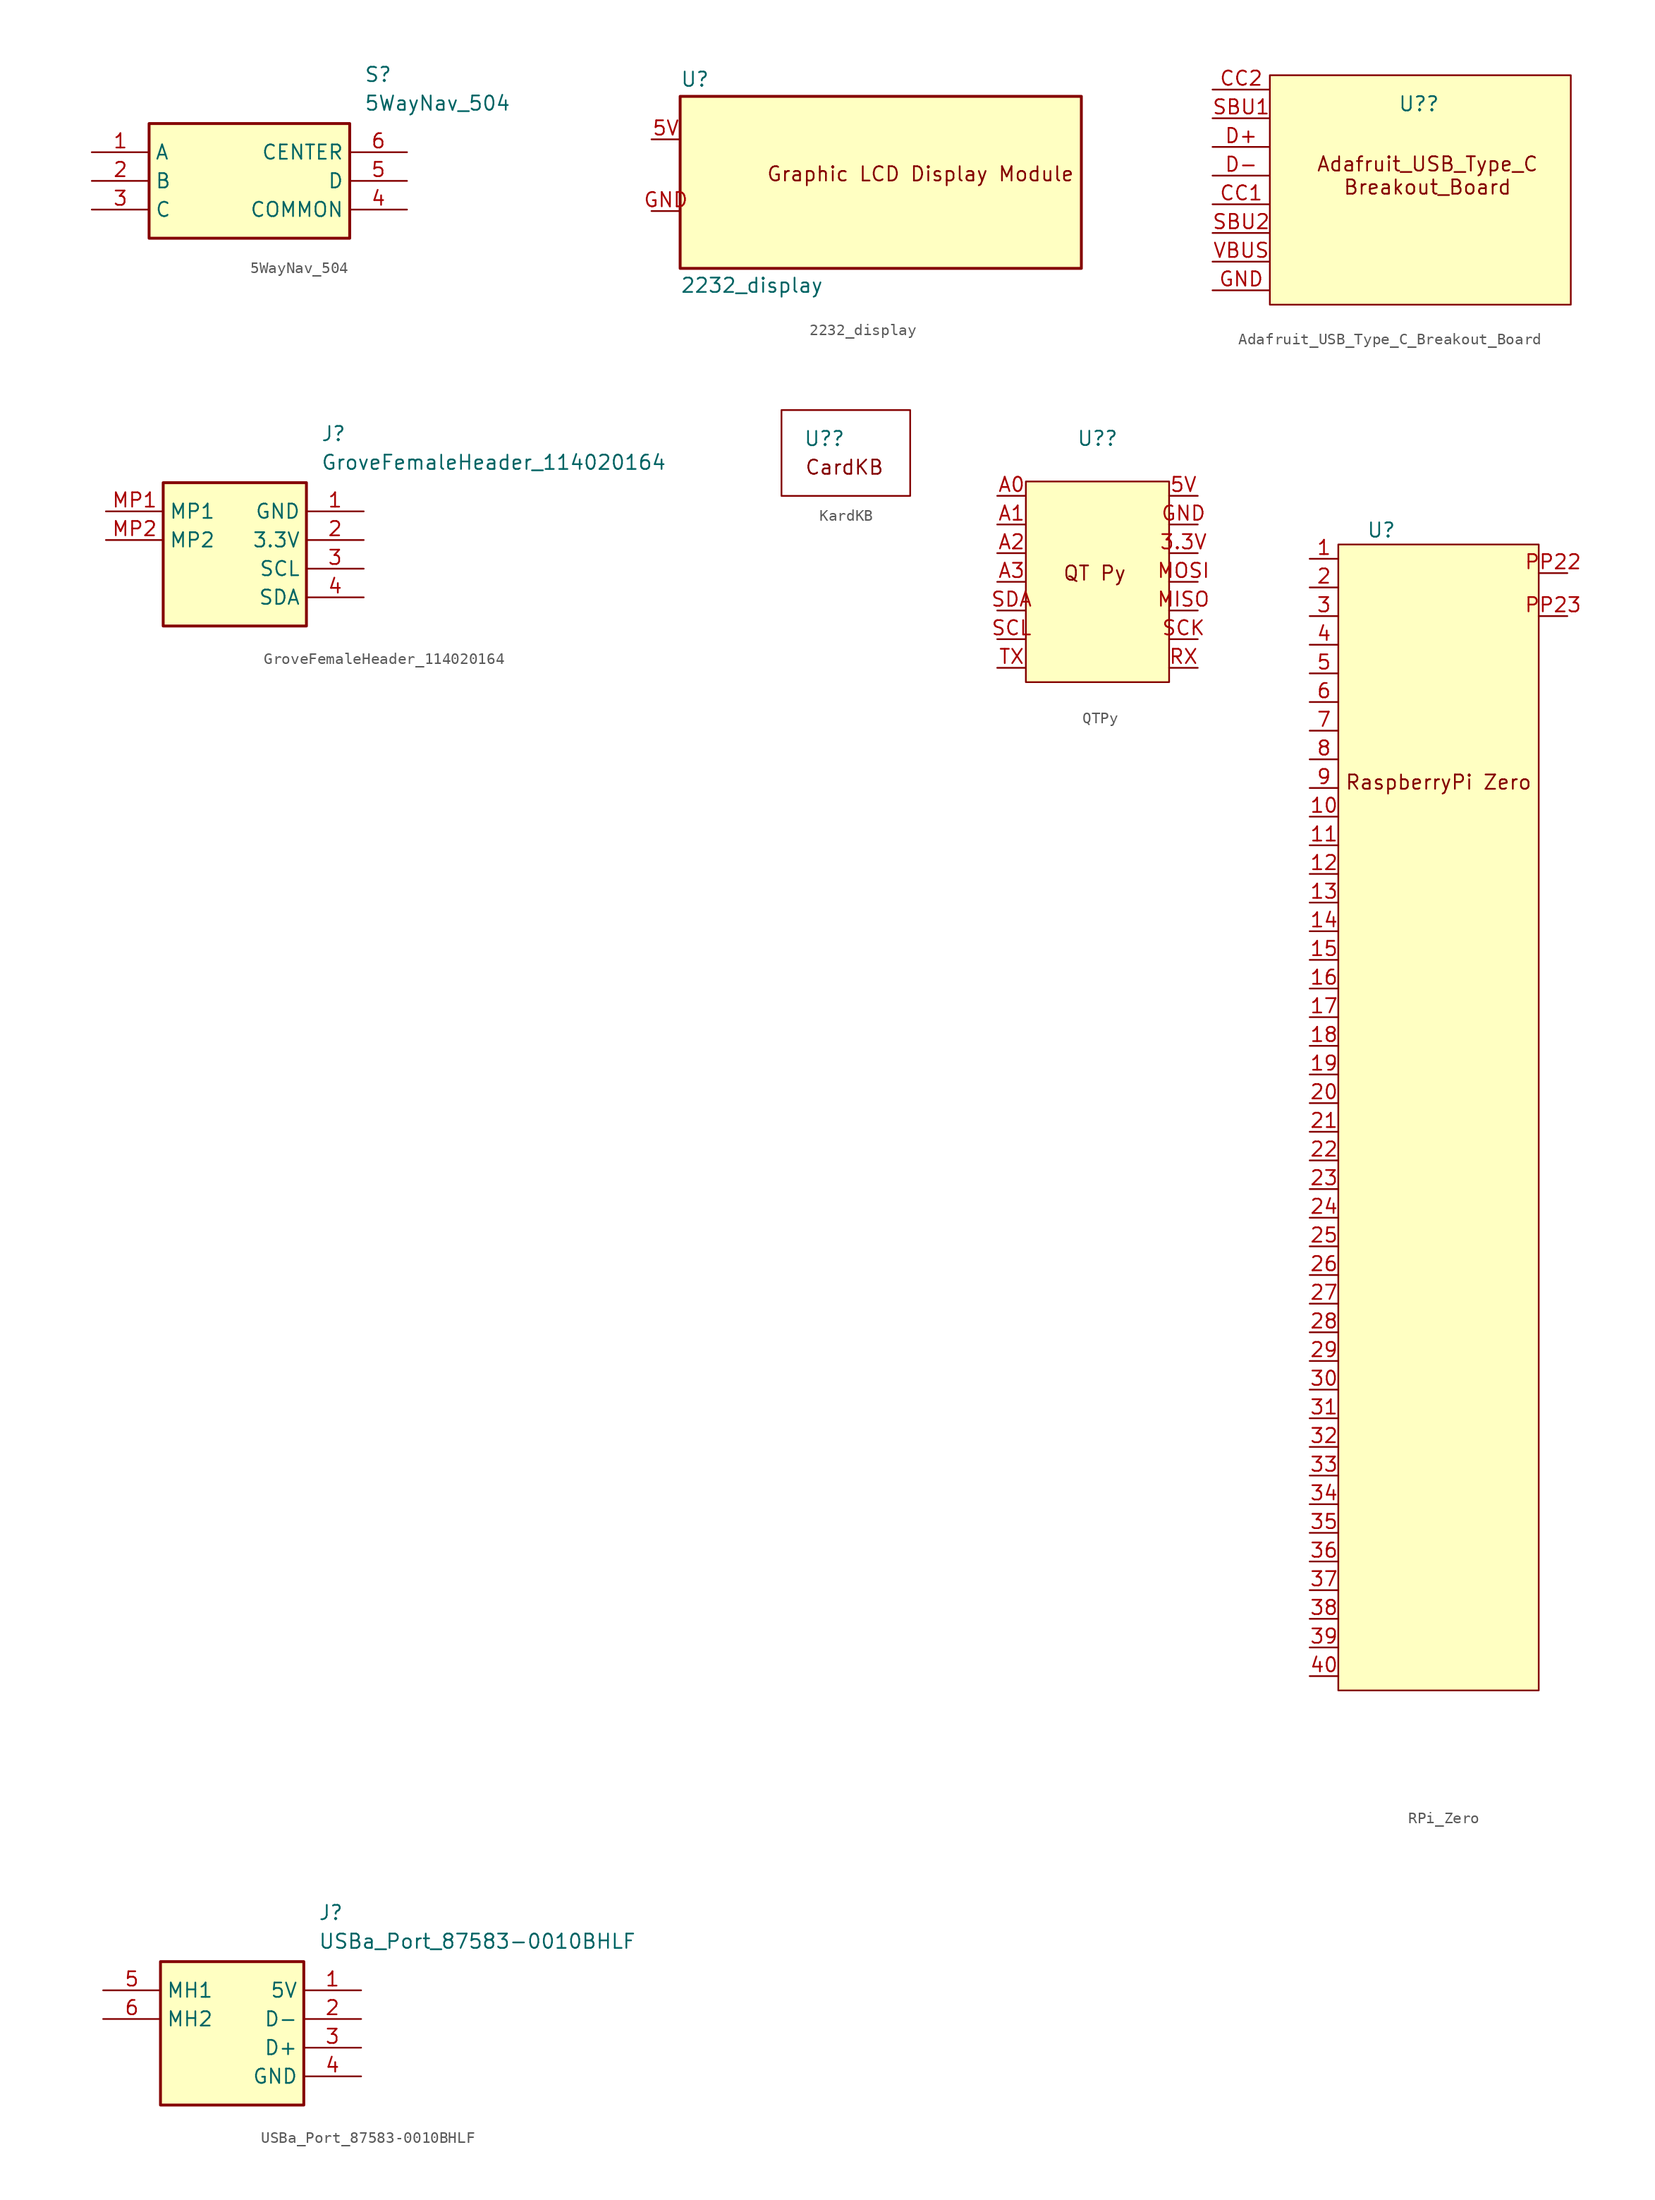
<source format=kicad_sym>
(kicad_symbol_lib
  (version 20231120)
  (generator "kicad_symbol_editor")
  (generator_version "8.0")
  (symbol "5WayNav_504"
    (property "Reference" "S"
      (at 24.13 7.62 0)
      (effects (font (size 1.27 1.27)) (justify left top)))
    (property "Value" "5WayNav_504"
      (at 24.13 5.08 0)
      (effects (font (size 1.27 1.27)) (justify left top)))
    (symbol "5WayNav_504_1_1"
      (rectangle (start 5.08 2.54) (end 22.86 -7.62) (stroke (width 0.254) (type default)) (fill (type background)))
      (pin passive line (at 0 0 0) (length 5.08) (name "A" (effects (font (size 1.27 1.27)))) (number "1" (effects (font (size 1.27 1.27)))))
      (pin passive line (at 0 -2.54 0) (length 5.08) (name "B" (effects (font (size 1.27 1.27)))) (number "2" (effects (font (size 1.27 1.27)))))
      (pin passive line (at 0 -5.08 0) (length 5.08) (name "C" (effects (font (size 1.27 1.27)))) (number "3" (effects (font (size 1.27 1.27)))))
      (pin passive line (at 27.94 -5.08 180) (length 5.08) (name "COMMON" (effects (font (size 1.27 1.27)))) (number "4" (effects (font (size 1.27 1.27)))))
      (pin passive line (at 27.94 -2.54 180) (length 5.08) (name "D" (effects (font (size 1.27 1.27)))) (number "5" (effects (font (size 1.27 1.27)))))
      (pin passive line (at 27.94 0 180) (length 5.08) (name "CENTER" (effects (font (size 1.27 1.27)))) (number "6" (effects (font (size 1.27 1.27)))))))
  (symbol "2232_display"
    (pin_names
      (offset 1.016))
    (property "Reference" "U"
      (at -17.78 8.382 0)
      (effects (font (size 1.27 1.27)) (justify left bottom)))
    (property "Value" "2232_display"
      (at -17.78 -8.382 0)
      (effects (font (size 1.27 1.27)) (justify left top)))
    (symbol "2232_display_0_0"
      (rectangle (start -17.78 -7.62) (end 17.78 7.62) (stroke (width 0.254) (type default)) (fill (type background)))
      (text "Graphic LCD Display Module" (at -10.16 0 0) (effects (font (size 1.27 1.27)) (justify left bottom))))
    (symbol "2232_display_1_1"
      (pin bidirectional line (at -20.32 3.81 0) (length 2.54) (name "" (effects (font (size 1.27 1.27)))) (number "5V" (effects (font (size 1.27 1.27)))))
      (pin bidirectional line (at -20.32 -2.54 0) (length 2.54) (name "" (effects (font (size 1.27 1.27)))) (number "GND" (effects (font (size 1.27 1.27)))))))
  (symbol "Adafruit_USB_Type_C_Breakout_Board"
    (property "Reference" "U?"
      (at 9.398 2.54 0)
      (effects (font (size 1.27 1.27))))
    (property "Value" ""
      (at 0 0 0)
      (effects (font (size 1.27 1.27))))
    (symbol "Adafruit_USB_Type_C_Breakout_Board_1_1"
      (rectangle (start -3.81 5.08) (end 22.86 -15.24) (stroke (width 0) (type default)) (fill (type background)))
      (text "Adafruit_USB_Type_C\nBreakout_Board" (at 10.16 -3.81 0) (effects (font (size 1.27 1.27))))
      (pin bidirectional line (at -8.89 -6.35 0) (length 5.08) (name "" (effects (font (size 1.27 1.27)))) (number "CC1" (effects (font (size 1.27 1.27)))))
      (pin bidirectional line (at -8.89 3.81 0) (length 5.08) (name "" (effects (font (size 1.27 1.27)))) (number "CC2" (effects (font (size 1.27 1.27)))))
      (pin bidirectional line (at -8.89 -1.27 0) (length 5.08) (name "" (effects (font (size 1.27 1.27)))) (number "D+" (effects (font (size 1.27 1.27)))))
      (pin bidirectional line (at -8.89 -3.81 0) (length 5.08) (name "" (effects (font (size 1.27 1.27)))) (number "D-" (effects (font (size 1.27 1.27)))))
      (pin bidirectional line (at -8.89 -13.97 0) (length 5.08) (name "" (effects (font (size 1.27 1.27)))) (number "GND" (effects (font (size 1.27 1.27)))))
      (pin bidirectional line (at -8.89 1.27 0) (length 5.08) (name "" (effects (font (size 1.27 1.27)))) (number "SBU1" (effects (font (size 1.27 1.27)))))
      (pin bidirectional line (at -8.89 -8.89 0) (length 5.08) (name "" (effects (font (size 1.27 1.27)))) (number "SBU2" (effects (font (size 1.27 1.27)))))
      (pin bidirectional line (at -8.89 -11.43 0) (length 5.08) (name "" (effects (font (size 1.27 1.27)))) (number "VBUS" (effects (font (size 1.27 1.27)))))))
  (symbol "GroveFemaleHeader_114020164"
    (property "Reference" "J"
      (at 19.05 7.62 0)
      (effects (font (size 1.27 1.27)) (justify left top)))
    (property "Value" "GroveFemaleHeader_114020164"
      (at 19.05 5.08 0)
      (effects (font (size 1.27 1.27)) (justify left top)))
    (symbol "GroveFemaleHeader_114020164_1_1"
      (rectangle (start 5.08 2.54) (end 17.78 -10.16) (stroke (width 0.254) (type default)) (fill (type background)))
      (pin passive line (at 22.86 0 180) (length 5.08) (name "GND" (effects (font (size 1.27 1.27)))) (number "1" (effects (font (size 1.27 1.27)))))
      (pin passive line (at 22.86 -2.54 180) (length 5.08) (name "3.3V" (effects (font (size 1.27 1.27)))) (number "2" (effects (font (size 1.27 1.27)))))
      (pin passive line (at 22.86 -5.08 180) (length 5.08) (name "SCL" (effects (font (size 1.27 1.27)))) (number "3" (effects (font (size 1.27 1.27)))))
      (pin passive line (at 22.86 -7.62 180) (length 5.08) (name "SDA" (effects (font (size 1.27 1.27)))) (number "4" (effects (font (size 1.27 1.27)))))
      (pin passive line (at 0 0 0) (length 5.08) (name "MP1" (effects (font (size 1.27 1.27)))) (number "MP1" (effects (font (size 1.27 1.27)))))
      (pin passive line (at 0 -2.54 0) (length 5.08) (name "MP2" (effects (font (size 1.27 1.27)))) (number "MP2" (effects (font (size 1.27 1.27)))))))
  (symbol "KardKB"
    (property "Reference" "U?"
      (at 0 0 0)
      (effects (font (size 1.27 1.27))))
    (property "Value" ""
      (at 0 0 0)
      (effects (font (size 1.27 1.27))))
    (symbol "KardKB_0_1"
      (rectangle (start -3.81 2.54) (end 7.62 -5.08) (stroke (width 0) (type default)) (fill (type none))))
    (symbol "KardKB_1_1"
      (text "CardKB" (at 1.778 -2.54 0) (effects (font (size 1.27 1.27))))))
  (symbol "QTPy"
    (property "Reference" "U?"
      (at 0 0 0)
      (effects (font (size 1.27 1.27))))
    (property "Value" ""
      (at 0 0 0)
      (effects (font (size 1.27 1.27))))
    (symbol "QTPy_1_1"
      (rectangle (start -6.35 -3.81) (end 6.35 -21.59) (stroke (width 0) (type default)) (fill (type background)))
      (text "QT Py" (at -0.254 -11.938 0) (effects (font (size 1.27 1.27))))
      (pin bidirectional line (at 8.89 -10.16 180) (length 2.54) (name "" (effects (font (size 1.27 1.27)))) (number "3.3V" (effects (font (size 1.27 1.27)))))
      (pin bidirectional line (at 8.89 -5.08 180) (length 2.54) (name "" (effects (font (size 1.27 1.27)))) (number "5V" (effects (font (size 1.27 1.27)))))
      (pin bidirectional line (at -8.89 -5.08 0) (length 2.54) (name "" (effects (font (size 1.27 1.27)))) (number "A0" (effects (font (size 1.27 1.27)))))
      (pin bidirectional line (at -8.89 -7.62 0) (length 2.54) (name "" (effects (font (size 1.27 1.27)))) (number "A1" (effects (font (size 1.27 1.27)))))
      (pin bidirectional line (at -8.89 -10.16 0) (length 2.54) (name "" (effects (font (size 1.27 1.27)))) (number "A2" (effects (font (size 1.27 1.27)))))
      (pin bidirectional line (at -8.89 -12.7 0) (length 2.54) (name "" (effects (font (size 1.27 1.27)))) (number "A3" (effects (font (size 1.27 1.27)))))
      (pin bidirectional line (at 8.89 -7.62 180) (length 2.54) (name "" (effects (font (size 1.27 1.27)))) (number "GND" (effects (font (size 1.27 1.27)))))
      (pin bidirectional line (at 8.89 -15.24 180) (length 2.54) (name "" (effects (font (size 1.27 1.27)))) (number "MISO" (effects (font (size 1.27 1.27)))))
      (pin bidirectional line (at 8.89 -12.7 180) (length 2.54) (name "" (effects (font (size 1.27 1.27)))) (number "MOSI" (effects (font (size 1.27 1.27)))))
      (pin bidirectional line (at 8.89 -20.32 180) (length 2.54) (name "" (effects (font (size 1.27 1.27)))) (number "RX" (effects (font (size 1.27 1.27)))))
      (pin bidirectional line (at 8.89 -17.78 180) (length 2.54) (name "" (effects (font (size 1.27 1.27)))) (number "SCK" (effects (font (size 1.27 1.27)))))
      (pin bidirectional line (at -8.89 -17.78 0) (length 2.54) (name "" (effects (font (size 1.27 1.27)))) (number "SCL" (effects (font (size 1.27 1.27)))))
      (pin bidirectional line (at -8.89 -15.24 0) (length 2.54) (name "" (effects (font (size 1.27 1.27)))) (number "SDA" (effects (font (size 1.27 1.27)))))
      (pin bidirectional line (at -8.89 -20.32 0) (length 2.54) (name "" (effects (font (size 1.27 1.27)))) (number "TX" (effects (font (size 1.27 1.27)))))))
  (symbol "RPi_Zero"
    (property "Reference" "U"
      (at 0 0 0)
      (effects (font (size 1.27 1.27))))
    (property "Value" ""
      (at 0 0 0)
      (effects (font (size 1.27 1.27))))
    (symbol "RPi_Zero_1_1"
      (rectangle (start -3.81 -1.27) (end 13.97 -102.87) (stroke (width 0) (type default)) (fill (type background)))
      (text "RaspberryPi Zero" (at 5.08 -22.352 0) (effects (font (size 1.27 1.27))))
      (pin bidirectional line (at -6.35 -2.54 0) (length 2.54) (name "" (effects (font (size 1.27 1.27)))) (number "1" (effects (font (size 1.27 1.27)))))
      (pin bidirectional line (at -6.35 -25.4 0) (length 2.54) (name "" (effects (font (size 1.27 1.27)))) (number "10" (effects (font (size 1.27 1.27)))))
      (pin bidirectional line (at -6.35 -27.94 0) (length 2.54) (name "" (effects (font (size 1.27 1.27)))) (number "11" (effects (font (size 1.27 1.27)))))
      (pin bidirectional line (at -6.35 -30.48 0) (length 2.54) (name "" (effects (font (size 1.27 1.27)))) (number "12" (effects (font (size 1.27 1.27)))))
      (pin bidirectional line (at -6.35 -33.02 0) (length 2.54) (name "" (effects (font (size 1.27 1.27)))) (number "13" (effects (font (size 1.27 1.27)))))
      (pin bidirectional line (at -6.35 -35.56 0) (length 2.54) (name "" (effects (font (size 1.27 1.27)))) (number "14" (effects (font (size 1.27 1.27)))))
      (pin bidirectional line (at -6.35 -38.1 0) (length 2.54) (name "" (effects (font (size 1.27 1.27)))) (number "15" (effects (font (size 1.27 1.27)))))
      (pin bidirectional line (at -6.35 -40.64 0) (length 2.54) (name "" (effects (font (size 1.27 1.27)))) (number "16" (effects (font (size 1.27 1.27)))))
      (pin bidirectional line (at -6.35 -43.18 0) (length 2.54) (name "" (effects (font (size 1.27 1.27)))) (number "17" (effects (font (size 1.27 1.27)))))
      (pin bidirectional line (at -6.35 -45.72 0) (length 2.54) (name "" (effects (font (size 1.27 1.27)))) (number "18" (effects (font (size 1.27 1.27)))))
      (pin bidirectional line (at -6.35 -48.26 0) (length 2.54) (name "" (effects (font (size 1.27 1.27)))) (number "19" (effects (font (size 1.27 1.27)))))
      (pin bidirectional line (at -6.35 -5.08 0) (length 2.54) (name "" (effects (font (size 1.27 1.27)))) (number "2" (effects (font (size 1.27 1.27)))))
      (pin bidirectional line (at -6.35 -50.8 0) (length 2.54) (name "" (effects (font (size 1.27 1.27)))) (number "20" (effects (font (size 1.27 1.27)))))
      (pin bidirectional line (at -6.35 -53.34 0) (length 2.54) (name "" (effects (font (size 1.27 1.27)))) (number "21" (effects (font (size 1.27 1.27)))))
      (pin bidirectional line (at -6.35 -55.88 0) (length 2.54) (name "" (effects (font (size 1.27 1.27)))) (number "22" (effects (font (size 1.27 1.27)))))
      (pin bidirectional line (at -6.35 -58.42 0) (length 2.54) (name "" (effects (font (size 1.27 1.27)))) (number "23" (effects (font (size 1.27 1.27)))))
      (pin bidirectional line (at -6.35 -60.96 0) (length 2.54) (name "" (effects (font (size 1.27 1.27)))) (number "24" (effects (font (size 1.27 1.27)))))
      (pin bidirectional line (at -6.35 -63.5 0) (length 2.54) (name "" (effects (font (size 1.27 1.27)))) (number "25" (effects (font (size 1.27 1.27)))))
      (pin bidirectional line (at -6.35 -66.04 0) (length 2.54) (name "" (effects (font (size 1.27 1.27)))) (number "26" (effects (font (size 1.27 1.27)))))
      (pin bidirectional line (at -6.35 -68.58 0) (length 2.54) (name "" (effects (font (size 1.27 1.27)))) (number "27" (effects (font (size 1.27 1.27)))))
      (pin bidirectional line (at -6.35 -71.12 0) (length 2.54) (name "" (effects (font (size 1.27 1.27)))) (number "28" (effects (font (size 1.27 1.27)))))
      (pin bidirectional line (at -6.35 -73.66 0) (length 2.54) (name "" (effects (font (size 1.27 1.27)))) (number "29" (effects (font (size 1.27 1.27)))))
      (pin bidirectional line (at -6.35 -7.62 0) (length 2.54) (name "" (effects (font (size 1.27 1.27)))) (number "3" (effects (font (size 1.27 1.27)))))
      (pin bidirectional line (at -6.35 -76.2 0) (length 2.54) (name "" (effects (font (size 1.27 1.27)))) (number "30" (effects (font (size 1.27 1.27)))))
      (pin bidirectional line (at -6.35 -78.74 0) (length 2.54) (name "" (effects (font (size 1.27 1.27)))) (number "31" (effects (font (size 1.27 1.27)))))
      (pin bidirectional line (at -6.35 -81.28 0) (length 2.54) (name "" (effects (font (size 1.27 1.27)))) (number "32" (effects (font (size 1.27 1.27)))))
      (pin bidirectional line (at -6.35 -83.82 0) (length 2.54) (name "" (effects (font (size 1.27 1.27)))) (number "33" (effects (font (size 1.27 1.27)))))
      (pin bidirectional line (at -6.35 -86.36 0) (length 2.54) (name "" (effects (font (size 1.27 1.27)))) (number "34" (effects (font (size 1.27 1.27)))))
      (pin bidirectional line (at -6.35 -88.9 0) (length 2.54) (name "" (effects (font (size 1.27 1.27)))) (number "35" (effects (font (size 1.27 1.27)))))
      (pin bidirectional line (at -6.35 -91.44 0) (length 2.54) (name "" (effects (font (size 1.27 1.27)))) (number "36" (effects (font (size 1.27 1.27)))))
      (pin bidirectional line (at -6.35 -93.98 0) (length 2.54) (name "" (effects (font (size 1.27 1.27)))) (number "37" (effects (font (size 1.27 1.27)))))
      (pin bidirectional line (at -6.35 -96.52 0) (length 2.54) (name "" (effects (font (size 1.27 1.27)))) (number "38" (effects (font (size 1.27 1.27)))))
      (pin bidirectional line (at -6.35 -99.06 0) (length 2.54) (name "" (effects (font (size 1.27 1.27)))) (number "39" (effects (font (size 1.27 1.27)))))
      (pin bidirectional line (at -6.35 -10.16 0) (length 2.54) (name "" (effects (font (size 1.27 1.27)))) (number "4" (effects (font (size 1.27 1.27)))))
      (pin bidirectional line (at -6.35 -101.6 0) (length 2.54) (name "" (effects (font (size 1.27 1.27)))) (number "40" (effects (font (size 1.27 1.27)))))
      (pin bidirectional line (at -6.35 -12.7 0) (length 2.54) (name "" (effects (font (size 1.27 1.27)))) (number "5" (effects (font (size 1.27 1.27)))))
      (pin bidirectional line (at -6.35 -15.24 0) (length 2.54) (name "" (effects (font (size 1.27 1.27)))) (number "6" (effects (font (size 1.27 1.27)))))
      (pin bidirectional line (at -6.35 -17.78 0) (length 2.54) (name "" (effects (font (size 1.27 1.27)))) (number "7" (effects (font (size 1.27 1.27)))))
      (pin bidirectional line (at -6.35 -20.32 0) (length 2.54) (name "" (effects (font (size 1.27 1.27)))) (number "8" (effects (font (size 1.27 1.27)))))
      (pin bidirectional line (at -6.35 -22.86 0) (length 2.54) (name "" (effects (font (size 1.27 1.27)))) (number "9" (effects (font (size 1.27 1.27)))))
      (pin bidirectional line (at 16.51 -3.81 180) (length 2.54) (name "" (effects (font (size 1.27 1.27)))) (number "PP22" (effects (font (size 1.27 1.27)))))
      (pin bidirectional line (at 16.51 -7.62 180) (length 2.54) (name "" (effects (font (size 1.27 1.27)))) (number "PP23" (effects (font (size 1.27 1.27)))))))
  (symbol "USBa_Port_87583-0010BHLF"
    (property "Reference" "J"
      (at 19.05 7.62 0)
      (effects (font (size 1.27 1.27)) (justify left top)))
    (property "Value" "USBa_Port_87583-0010BHLF"
      (at 19.05 5.08 0)
      (effects (font (size 1.27 1.27)) (justify left top)))
    (symbol "USBa_Port_87583-0010BHLF_1_1"
      (rectangle (start 5.08 2.54) (end 17.78 -10.16) (stroke (width 0.254) (type default)) (fill (type background)))
      (pin passive line (at 22.86 0 180) (length 5.08) (name "5V" (effects (font (size 1.27 1.27)))) (number "1" (effects (font (size 1.27 1.27)))))
      (pin passive line (at 22.86 -2.54 180) (length 5.08) (name "D-" (effects (font (size 1.27 1.27)))) (number "2" (effects (font (size 1.27 1.27)))))
      (pin passive line (at 22.86 -5.08 180) (length 5.08) (name "D+" (effects (font (size 1.27 1.27)))) (number "3" (effects (font (size 1.27 1.27)))))
      (pin passive line (at 22.86 -7.62 180) (length 5.08) (name "GND" (effects (font (size 1.27 1.27)))) (number "4" (effects (font (size 1.27 1.27)))))
      (pin passive line (at 0 0 0) (length 5.08) (name "MH1" (effects (font (size 1.27 1.27)))) (number "5" (effects (font (size 1.27 1.27)))))
      (pin passive line (at 0 -2.54 0) (length 5.08) (name "MH2" (effects (font (size 1.27 1.27)))) (number "6" (effects (font (size 1.27 1.27))))))))
</source>
